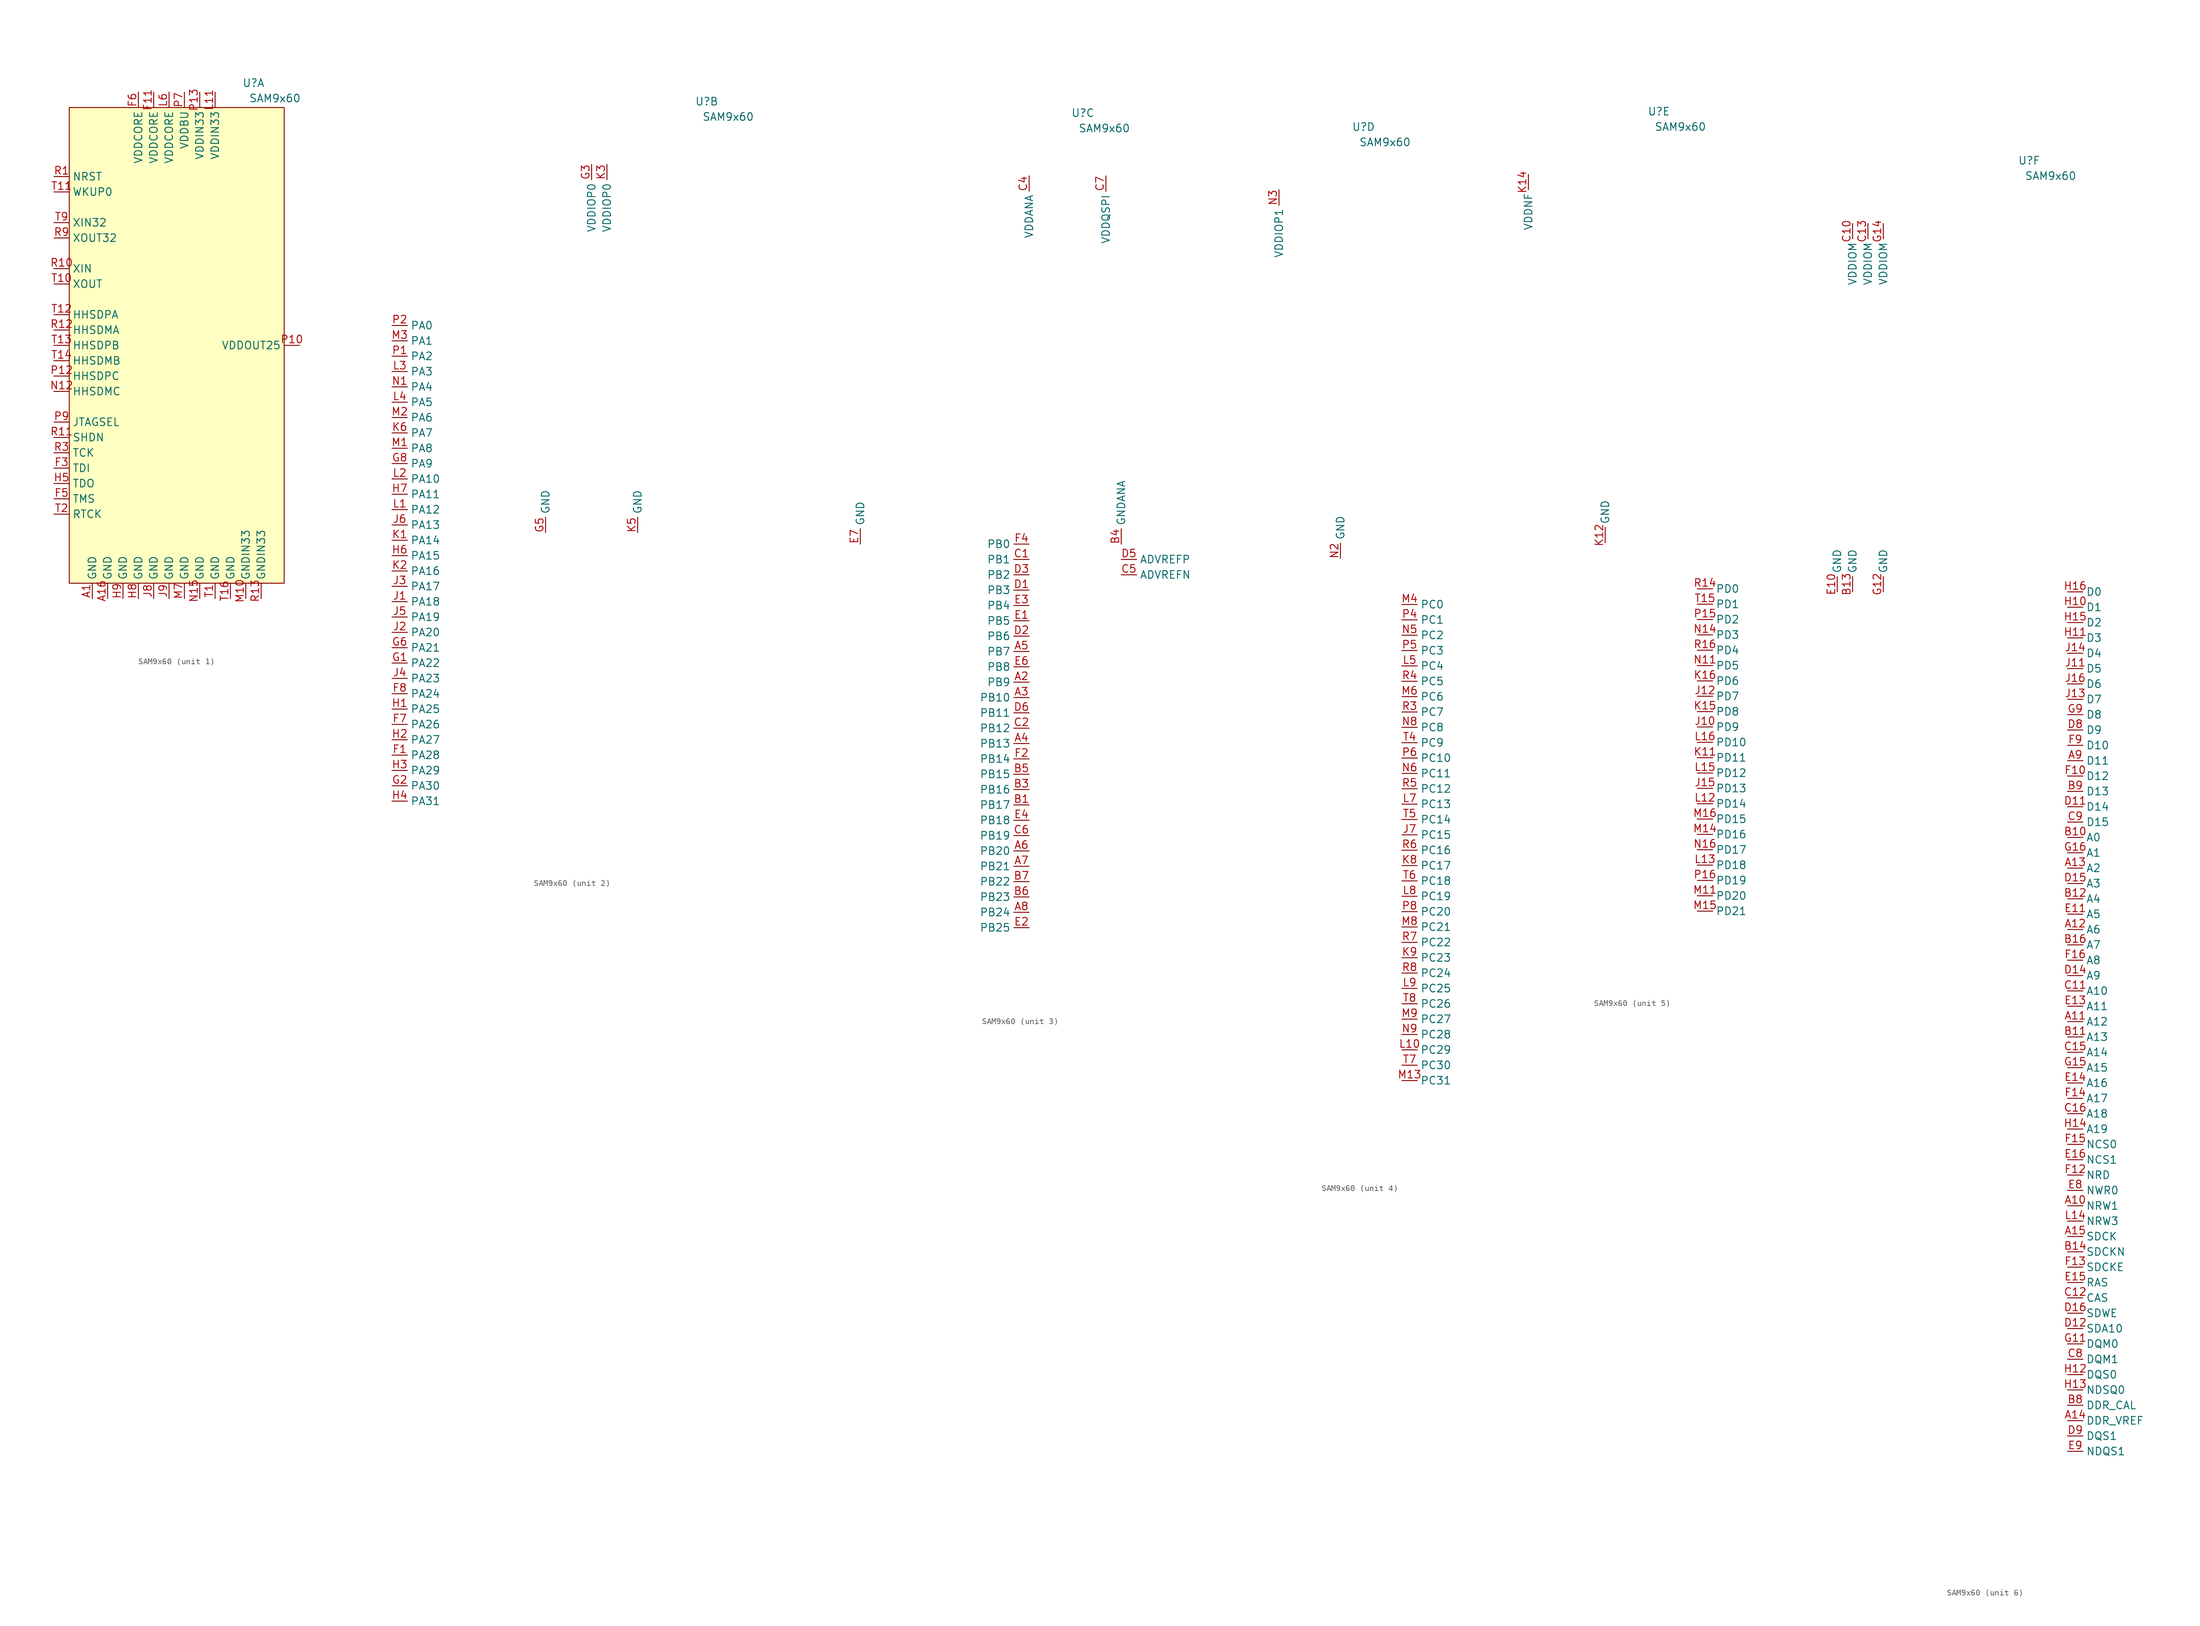
<source format=kicad_sym>
(kicad_symbol_lib
  (version 20231120)
  (generator "kicad_symbol_editor")
  (generator_version "8.0")
  (symbol "SAM9x60"
    (property "Reference" "U"
      (at 12.7 43.434 0)
      (effects (font (size 1.27 1.27))))
    (property "Value" "SAM9x60"
      (at 16.256 40.894 0)
      (effects (font (size 1.27 1.27))))
    (property "ki_locked" ""
      (at 0 0 0)
      (effects (font (size 1.27 1.27))))
    (symbol "SAM9x60_1_0"
      (pin input line (at -20.32 -20.32 0) (length 2.54) (name "TDI" (effects (font (size 1.27 1.27)))) (number "F3" (effects (font (size 1.27 1.27)))))
      (pin input line (at -20.32 -25.4 0) (length 2.54) (name "TMS" (effects (font (size 1.27 1.27)))) (number "F5" (effects (font (size 1.27 1.27)))))
      (pin output line (at -20.32 -22.86 0) (length 2.54) (name "TDO" (effects (font (size 1.27 1.27)))) (number "H5" (effects (font (size 1.27 1.27)))))
      (pin bidirectional line (at -20.32 -7.62 0) (length 2.54) (name "HHSDMC" (effects (font (size 1.27 1.27)))) (number "N12" (effects (font (size 1.27 1.27)))))
      (pin bidirectional line (at -20.32 -5.08 0) (length 2.54) (name "HHSDPC" (effects (font (size 1.27 1.27)))) (number "P12" (effects (font (size 1.27 1.27)))))
      (pin input line (at -20.32 -12.7 0) (length 2.54) (name "JTAGSEL" (effects (font (size 1.27 1.27)))) (number "P9" (effects (font (size 1.27 1.27)))))
      (pin output line (at -20.32 -15.24 0) (length 2.54) (name "SHDN" (effects (font (size 1.27 1.27)))) (number "R11" (effects (font (size 1.27 1.27)))))
      (pin bidirectional line (at -20.32 2.54 0) (length 2.54) (name "HHSDMA" (effects (font (size 1.27 1.27)))) (number "R12" (effects (font (size 1.27 1.27)))))
      (pin input line (at -20.32 -17.78 0) (length 2.54) (name "TCK" (effects (font (size 1.27 1.27)))) (number "R3" (effects (font (size 1.27 1.27)))))
      (pin bidirectional line (at -20.32 0 0) (length 2.54) (name "HHSDPB" (effects (font (size 1.27 1.27)))) (number "T13" (effects (font (size 1.27 1.27)))))
      (pin bidirectional line (at -20.32 -2.54 0) (length 2.54) (name "HHSDMB" (effects (font (size 1.27 1.27)))) (number "T14" (effects (font (size 1.27 1.27)))))
      (pin output line (at -20.32 -27.94 0) (length 2.54) (name "RTCK" (effects (font (size 1.27 1.27)))) (number "T2" (effects (font (size 1.27 1.27))))))
    (symbol "SAM9x60_1_1"
      (rectangle (start -17.78 39.37) (end 17.78 -39.37) (stroke (width 0) (type default)) (fill (type background)))
      (pin power_in line (at -13.97 -41.91 90) (length 2.54) (name "GND" (effects (font (size 1.27 1.27)))) (number "A1" (effects (font (size 1.27 1.27)))))
      (pin power_in line (at -11.43 -41.91 90) (length 2.54) (name "GND" (effects (font (size 1.27 1.27)))) (number "A16" (effects (font (size 1.27 1.27)))))
      (pin power_in line (at -3.81 41.91 270) (length 2.54) (name "VDDCORE" (effects (font (size 1.27 1.27)))) (number "F11" (effects (font (size 1.27 1.27)))))
      (pin power_in line (at -6.35 41.91 270) (length 2.54) (name "VDDCORE" (effects (font (size 1.27 1.27)))) (number "F6" (effects (font (size 1.27 1.27)))))
      (pin power_in line (at -6.35 -41.91 90) (length 2.54) (name "GND" (effects (font (size 1.27 1.27)))) (number "H8" (effects (font (size 1.27 1.27)))))
      (pin power_in line (at -8.89 -41.91 90) (length 2.54) (name "GND" (effects (font (size 1.27 1.27)))) (number "H9" (effects (font (size 1.27 1.27)))))
      (pin power_in line (at -3.81 -41.91 90) (length 2.54) (name "GND" (effects (font (size 1.27 1.27)))) (number "J8" (effects (font (size 1.27 1.27)))))
      (pin power_in line (at -1.27 -41.91 90) (length 2.54) (name "GND" (effects (font (size 1.27 1.27)))) (number "J9" (effects (font (size 1.27 1.27)))))
      (pin power_in line (at 6.35 41.91 270) (length 2.54) (name "VDDIN33" (effects (font (size 1.27 1.27)))) (number "L11" (effects (font (size 1.27 1.27)))))
      (pin power_in line (at -1.27 41.91 270) (length 2.54) (name "VDDCORE" (effects (font (size 1.27 1.27)))) (number "L6" (effects (font (size 1.27 1.27)))))
      (pin power_in line (at 11.43 -41.91 90) (length 2.54) (name "GNDIN33" (effects (font (size 1.27 1.27)))) (number "M10" (effects (font (size 1.27 1.27)))))
      (pin power_in line (at 1.27 -41.91 90) (length 2.54) (name "GND" (effects (font (size 1.27 1.27)))) (number "M7" (effects (font (size 1.27 1.27)))))
      (pin power_in line (at 3.81 -41.91 90) (length 2.54) (name "GND" (effects (font (size 1.27 1.27)))) (number "N15" (effects (font (size 1.27 1.27)))))
      (pin power_out line (at 20.32 0 180) (length 2.54) (name "VDDOUT25" (effects (font (size 1.27 1.27)))) (number "P10" (effects (font (size 1.27 1.27)))))
      (pin power_in line (at 3.81 41.91 270) (length 2.54) (name "VDDIN33" (effects (font (size 1.27 1.27)))) (number "P13" (effects (font (size 1.27 1.27)))))
      (pin power_in line (at 1.27 41.91 270) (length 2.54) (name "VDDBU" (effects (font (size 1.27 1.27)))) (number "P7" (effects (font (size 1.27 1.27)))))
      (pin input line (at -20.32 27.94 0) (length 2.54) (name "NRST" (effects (font (size 1.27 1.27)))) (number "R1" (effects (font (size 1.27 1.27)))))
      (pin input line (at -20.32 12.7 0) (length 2.54) (name "XIN" (effects (font (size 1.27 1.27)))) (number "R10" (effects (font (size 1.27 1.27)))))
      (pin power_in line (at 13.97 -41.91 90) (length 2.54) (name "GNDIN33" (effects (font (size 1.27 1.27)))) (number "R13" (effects (font (size 1.27 1.27)))))
      (pin bidirectional line (at -20.32 17.78 0) (length 2.54) (name "XOUT32" (effects (font (size 1.27 1.27)))) (number "R9" (effects (font (size 1.27 1.27)))))
      (pin power_in line (at 6.35 -41.91 90) (length 2.54) (name "GND" (effects (font (size 1.27 1.27)))) (number "T1" (effects (font (size 1.27 1.27)))))
      (pin bidirectional line (at -20.32 10.16 0) (length 2.54) (name "XOUT" (effects (font (size 1.27 1.27)))) (number "T10" (effects (font (size 1.27 1.27)))))
      (pin input line (at -20.32 25.4 0) (length 2.54) (name "WKUP0" (effects (font (size 1.27 1.27)))) (number "T11" (effects (font (size 1.27 1.27)))))
      (pin bidirectional line (at -20.32 5.08 0) (length 2.54) (name "HHSDPA" (effects (font (size 1.27 1.27)))) (number "T12" (effects (font (size 1.27 1.27)))))
      (pin power_in line (at 8.89 -41.91 90) (length 2.54) (name "GND" (effects (font (size 1.27 1.27)))) (number "T16" (effects (font (size 1.27 1.27)))))
      (pin input line (at -20.32 20.32 0) (length 2.54) (name "XIN32" (effects (font (size 1.27 1.27)))) (number "T9" (effects (font (size 1.27 1.27))))))
    (symbol "SAM9x60_2_0"
      (pin bidirectional line (at -39.37 -64.77 0) (length 2.54) (name "PA28" (effects (font (size 1.27 1.27)))) (number "F1" (effects (font (size 1.27 1.27)))))
      (pin bidirectional line (at -39.37 -59.69 0) (length 2.54) (name "PA26" (effects (font (size 1.27 1.27)))) (number "F7" (effects (font (size 1.27 1.27)))))
      (pin bidirectional line (at -39.37 -54.61 0) (length 2.54) (name "PA24" (effects (font (size 1.27 1.27)))) (number "F8" (effects (font (size 1.27 1.27)))))
      (pin bidirectional line (at -39.37 -49.53 0) (length 2.54) (name "PA22" (effects (font (size 1.27 1.27)))) (number "G1" (effects (font (size 1.27 1.27)))))
      (pin bidirectional line (at -39.37 -69.85 0) (length 2.54) (name "PA30" (effects (font (size 1.27 1.27)))) (number "G2" (effects (font (size 1.27 1.27)))))
      (pin bidirectional line (at -39.37 -46.99 0) (length 2.54) (name "PA21" (effects (font (size 1.27 1.27)))) (number "G6" (effects (font (size 1.27 1.27)))))
      (pin bidirectional line (at -39.37 -16.51 0) (length 2.54) (name "PA9" (effects (font (size 1.27 1.27)))) (number "G8" (effects (font (size 1.27 1.27)))))
      (pin bidirectional line (at -39.37 -57.15 0) (length 2.54) (name "PA25" (effects (font (size 1.27 1.27)))) (number "H1" (effects (font (size 1.27 1.27)))))
      (pin bidirectional line (at -39.37 -62.23 0) (length 2.54) (name "PA27" (effects (font (size 1.27 1.27)))) (number "H2" (effects (font (size 1.27 1.27)))))
      (pin bidirectional line (at -39.37 -67.31 0) (length 2.54) (name "PA29" (effects (font (size 1.27 1.27)))) (number "H3" (effects (font (size 1.27 1.27)))))
      (pin bidirectional line (at -39.37 -72.39 0) (length 2.54) (name "PA31" (effects (font (size 1.27 1.27)))) (number "H4" (effects (font (size 1.27 1.27)))))
      (pin bidirectional line (at -39.37 -31.75 0) (length 2.54) (name "PA15" (effects (font (size 1.27 1.27)))) (number "H6" (effects (font (size 1.27 1.27)))))
      (pin bidirectional line (at -39.37 -21.59 0) (length 2.54) (name "PA11" (effects (font (size 1.27 1.27)))) (number "H7" (effects (font (size 1.27 1.27)))))
      (pin bidirectional line (at -39.37 -39.37 0) (length 2.54) (name "PA18" (effects (font (size 1.27 1.27)))) (number "J1" (effects (font (size 1.27 1.27)))))
      (pin bidirectional line (at -39.37 -44.45 0) (length 2.54) (name "PA20" (effects (font (size 1.27 1.27)))) (number "J2" (effects (font (size 1.27 1.27)))))
      (pin bidirectional line (at -39.37 -36.83 0) (length 2.54) (name "PA17" (effects (font (size 1.27 1.27)))) (number "J3" (effects (font (size 1.27 1.27)))))
      (pin bidirectional line (at -39.37 -52.07 0) (length 2.54) (name "PA23" (effects (font (size 1.27 1.27)))) (number "J4" (effects (font (size 1.27 1.27)))))
      (pin bidirectional line (at -39.37 -41.91 0) (length 2.54) (name "PA19" (effects (font (size 1.27 1.27)))) (number "J5" (effects (font (size 1.27 1.27)))))
      (pin bidirectional line (at -39.37 -26.67 0) (length 2.54) (name "PA13" (effects (font (size 1.27 1.27)))) (number "J6" (effects (font (size 1.27 1.27)))))
      (pin bidirectional line (at -39.37 -29.21 0) (length 2.54) (name "PA14" (effects (font (size 1.27 1.27)))) (number "K1" (effects (font (size 1.27 1.27)))))
      (pin bidirectional line (at -39.37 -34.29 0) (length 2.54) (name "PA16" (effects (font (size 1.27 1.27)))) (number "K2" (effects (font (size 1.27 1.27)))))
      (pin bidirectional line (at -39.37 -11.43 0) (length 2.54) (name "PA7" (effects (font (size 1.27 1.27)))) (number "K6" (effects (font (size 1.27 1.27)))))
      (pin bidirectional line (at -39.37 -24.13 0) (length 2.54) (name "PA12" (effects (font (size 1.27 1.27)))) (number "L1" (effects (font (size 1.27 1.27)))))
      (pin bidirectional line (at -39.37 -19.05 0) (length 2.54) (name "PA10" (effects (font (size 1.27 1.27)))) (number "L2" (effects (font (size 1.27 1.27)))))
      (pin bidirectional line (at -39.37 -1.27 0) (length 2.54) (name "PA3" (effects (font (size 1.27 1.27)))) (number "L3" (effects (font (size 1.27 1.27)))))
      (pin bidirectional line (at -39.37 -6.35 0) (length 2.54) (name "PA5" (effects (font (size 1.27 1.27)))) (number "L4" (effects (font (size 1.27 1.27)))))
      (pin bidirectional line (at -39.37 -13.97 0) (length 2.54) (name "PA8" (effects (font (size 1.27 1.27)))) (number "M1" (effects (font (size 1.27 1.27)))))
      (pin bidirectional line (at -39.37 -8.89 0) (length 2.54) (name "PA6" (effects (font (size 1.27 1.27)))) (number "M2" (effects (font (size 1.27 1.27)))))
      (pin bidirectional line (at -39.37 3.81 0) (length 2.54) (name "PA1" (effects (font (size 1.27 1.27)))) (number "M3" (effects (font (size 1.27 1.27)))))
      (pin bidirectional line (at -39.37 -3.81 0) (length 2.54) (name "PA4" (effects (font (size 1.27 1.27)))) (number "N1" (effects (font (size 1.27 1.27)))))
      (pin bidirectional line (at -39.37 1.27 0) (length 2.54) (name "PA2" (effects (font (size 1.27 1.27)))) (number "P1" (effects (font (size 1.27 1.27)))))
      (pin bidirectional line (at -39.37 6.35 0) (length 2.54) (name "PA0" (effects (font (size 1.27 1.27)))) (number "P2" (effects (font (size 1.27 1.27))))))
    (symbol "SAM9x60_2_1"
      (pin power_in line (at -6.35 33.02 270) (length 2.54) (name "VDDIOP0" (effects (font (size 1.27 1.27)))) (number "G3" (effects (font (size 1.27 1.27)))))
      (pin power_in line (at -13.97 -27.94 90) (length 2.54) (name "GND" (effects (font (size 1.27 1.27)))) (number "G5" (effects (font (size 1.27 1.27)))))
      (pin power_in line (at -3.81 33.02 270) (length 2.54) (name "VDDIOP0" (effects (font (size 1.27 1.27)))) (number "K3" (effects (font (size 1.27 1.27)))))
      (pin power_in line (at 1.27 -27.94 90) (length 2.54) (name "GND" (effects (font (size 1.27 1.27)))) (number "K5" (effects (font (size 1.27 1.27))))))
    (symbol "SAM9x60_3_0"
      (pin bidirectional line (at 3.81 -50.8 180) (length 2.54) (name "PB9" (effects (font (size 1.27 1.27)))) (number "A2" (effects (font (size 1.27 1.27)))))
      (pin bidirectional line (at 3.81 -53.34 180) (length 2.54) (name "PB10" (effects (font (size 1.27 1.27)))) (number "A3" (effects (font (size 1.27 1.27)))))
      (pin bidirectional line (at 3.81 -60.96 180) (length 2.54) (name "PB13" (effects (font (size 1.27 1.27)))) (number "A4" (effects (font (size 1.27 1.27)))))
      (pin bidirectional line (at 3.81 -45.72 180) (length 2.54) (name "PB7" (effects (font (size 1.27 1.27)))) (number "A5" (effects (font (size 1.27 1.27)))))
      (pin bidirectional line (at 3.81 -78.74 180) (length 2.54) (name "PB20" (effects (font (size 1.27 1.27)))) (number "A6" (effects (font (size 1.27 1.27)))))
      (pin bidirectional line (at 3.81 -81.28 180) (length 2.54) (name "PB21" (effects (font (size 1.27 1.27)))) (number "A7" (effects (font (size 1.27 1.27)))))
      (pin bidirectional line (at 3.81 -88.9 180) (length 2.54) (name "PB24" (effects (font (size 1.27 1.27)))) (number "A8" (effects (font (size 1.27 1.27)))))
      (pin bidirectional line (at 3.81 -71.12 180) (length 2.54) (name "PB17" (effects (font (size 1.27 1.27)))) (number "B1" (effects (font (size 1.27 1.27)))))
      (pin bidirectional line (at 3.81 -68.58 180) (length 2.54) (name "PB16" (effects (font (size 1.27 1.27)))) (number "B3" (effects (font (size 1.27 1.27)))))
      (pin bidirectional line (at 3.81 -66.04 180) (length 2.54) (name "PB15" (effects (font (size 1.27 1.27)))) (number "B5" (effects (font (size 1.27 1.27)))))
      (pin bidirectional line (at 3.81 -86.36 180) (length 2.54) (name "PB23" (effects (font (size 1.27 1.27)))) (number "B6" (effects (font (size 1.27 1.27)))))
      (pin bidirectional line (at 3.81 -83.82 180) (length 2.54) (name "PB22" (effects (font (size 1.27 1.27)))) (number "B7" (effects (font (size 1.27 1.27)))))
      (pin bidirectional line (at 3.81 -30.48 180) (length 2.54) (name "PB1" (effects (font (size 1.27 1.27)))) (number "C1" (effects (font (size 1.27 1.27)))))
      (pin bidirectional line (at 3.81 -58.42 180) (length 2.54) (name "PB12" (effects (font (size 1.27 1.27)))) (number "C2" (effects (font (size 1.27 1.27)))))
      (pin bidirectional line (at 19.05 -33.02 0) (length 2.54) (name "ADVREFN" (effects (font (size 1.27 1.27)))) (number "C5" (effects (font (size 1.27 1.27)))))
      (pin bidirectional line (at 3.81 -76.2 180) (length 2.54) (name "PB19" (effects (font (size 1.27 1.27)))) (number "C6" (effects (font (size 1.27 1.27)))))
      (pin bidirectional line (at 3.81 -35.56 180) (length 2.54) (name "PB3" (effects (font (size 1.27 1.27)))) (number "D1" (effects (font (size 1.27 1.27)))))
      (pin bidirectional line (at 3.81 -43.18 180) (length 2.54) (name "PB6" (effects (font (size 1.27 1.27)))) (number "D2" (effects (font (size 1.27 1.27)))))
      (pin bidirectional line (at 3.81 -33.02 180) (length 2.54) (name "PB2" (effects (font (size 1.27 1.27)))) (number "D3" (effects (font (size 1.27 1.27)))))
      (pin bidirectional line (at 19.05 -30.48 0) (length 2.54) (name "ADVREFP" (effects (font (size 1.27 1.27)))) (number "D5" (effects (font (size 1.27 1.27)))))
      (pin bidirectional line (at 3.81 -55.88 180) (length 2.54) (name "PB11" (effects (font (size 1.27 1.27)))) (number "D6" (effects (font (size 1.27 1.27)))))
      (pin bidirectional line (at 3.81 -40.64 180) (length 2.54) (name "PB5" (effects (font (size 1.27 1.27)))) (number "E1" (effects (font (size 1.27 1.27)))))
      (pin bidirectional line (at 3.81 -91.44 180) (length 2.54) (name "PB25" (effects (font (size 1.27 1.27)))) (number "E2" (effects (font (size 1.27 1.27)))))
      (pin bidirectional line (at 3.81 -38.1 180) (length 2.54) (name "PB4" (effects (font (size 1.27 1.27)))) (number "E3" (effects (font (size 1.27 1.27)))))
      (pin bidirectional line (at 3.81 -73.66 180) (length 2.54) (name "PB18" (effects (font (size 1.27 1.27)))) (number "E4" (effects (font (size 1.27 1.27)))))
      (pin bidirectional line (at 3.81 -48.26 180) (length 2.54) (name "PB8" (effects (font (size 1.27 1.27)))) (number "E6" (effects (font (size 1.27 1.27)))))
      (pin bidirectional line (at 3.81 -63.5 180) (length 2.54) (name "PB14" (effects (font (size 1.27 1.27)))) (number "F2" (effects (font (size 1.27 1.27)))))
      (pin bidirectional line (at 3.81 -27.94 180) (length 2.54) (name "PB0" (effects (font (size 1.27 1.27)))) (number "F4" (effects (font (size 1.27 1.27))))))
    (symbol "SAM9x60_3_1"
      (pin power_in line (at 19.05 -27.94 90) (length 2.54) (name "GNDANA" (effects (font (size 1.27 1.27)))) (number "B4" (effects (font (size 1.27 1.27)))))
      (pin power_in line (at 3.81 33.02 270) (length 2.54) (name "VDDANA" (effects (font (size 1.27 1.27)))) (number "C4" (effects (font (size 1.27 1.27)))))
      (pin power_in line (at 16.51 33.02 270) (length 2.54) (name "VDDQSPI" (effects (font (size 1.27 1.27)))) (number "C7" (effects (font (size 1.27 1.27)))))
      (pin power_in line (at -24.13 -27.94 90) (length 2.54) (name "GND" (effects (font (size 1.27 1.27)))) (number "E7" (effects (font (size 1.27 1.27))))))
    (symbol "SAM9x60_4_0"
      (pin bidirectional line (at 19.05 -73.66 0) (length 2.54) (name "PC15" (effects (font (size 1.27 1.27)))) (number "J7" (effects (font (size 1.27 1.27)))))
      (pin bidirectional line (at 19.05 -78.74 0) (length 2.54) (name "PC17" (effects (font (size 1.27 1.27)))) (number "K8" (effects (font (size 1.27 1.27)))))
      (pin bidirectional line (at 19.05 -93.98 0) (length 2.54) (name "PC23" (effects (font (size 1.27 1.27)))) (number "K9" (effects (font (size 1.27 1.27)))))
      (pin bidirectional line (at 19.05 -109.22 0) (length 2.54) (name "PC29" (effects (font (size 1.27 1.27)))) (number "L10" (effects (font (size 1.27 1.27)))))
      (pin bidirectional line (at 19.05 -45.72 0) (length 2.54) (name "PC4" (effects (font (size 1.27 1.27)))) (number "L5" (effects (font (size 1.27 1.27)))))
      (pin bidirectional line (at 19.05 -68.58 0) (length 2.54) (name "PC13" (effects (font (size 1.27 1.27)))) (number "L7" (effects (font (size 1.27 1.27)))))
      (pin bidirectional line (at 19.05 -83.82 0) (length 2.54) (name "PC19" (effects (font (size 1.27 1.27)))) (number "L8" (effects (font (size 1.27 1.27)))))
      (pin bidirectional line (at 19.05 -99.06 0) (length 2.54) (name "PC25" (effects (font (size 1.27 1.27)))) (number "L9" (effects (font (size 1.27 1.27)))))
      (pin bidirectional line (at 19.05 -114.3 0) (length 2.54) (name "PC31" (effects (font (size 1.27 1.27)))) (number "M13" (effects (font (size 1.27 1.27)))))
      (pin bidirectional line (at 19.05 -35.56 0) (length 2.54) (name "PC0" (effects (font (size 1.27 1.27)))) (number "M4" (effects (font (size 1.27 1.27)))))
      (pin bidirectional line (at 19.05 -50.8 0) (length 2.54) (name "PC6" (effects (font (size 1.27 1.27)))) (number "M6" (effects (font (size 1.27 1.27)))))
      (pin bidirectional line (at 19.05 -88.9 0) (length 2.54) (name "PC21" (effects (font (size 1.27 1.27)))) (number "M8" (effects (font (size 1.27 1.27)))))
      (pin bidirectional line (at 19.05 -104.14 0) (length 2.54) (name "PC27" (effects (font (size 1.27 1.27)))) (number "M9" (effects (font (size 1.27 1.27)))))
      (pin bidirectional line (at 19.05 -40.64 0) (length 2.54) (name "PC2" (effects (font (size 1.27 1.27)))) (number "N5" (effects (font (size 1.27 1.27)))))
      (pin bidirectional line (at 19.05 -63.5 0) (length 2.54) (name "PC11" (effects (font (size 1.27 1.27)))) (number "N6" (effects (font (size 1.27 1.27)))))
      (pin bidirectional line (at 19.05 -55.88 0) (length 2.54) (name "PC8" (effects (font (size 1.27 1.27)))) (number "N8" (effects (font (size 1.27 1.27)))))
      (pin bidirectional line (at 19.05 -106.68 0) (length 2.54) (name "PC28" (effects (font (size 1.27 1.27)))) (number "N9" (effects (font (size 1.27 1.27)))))
      (pin bidirectional line (at 19.05 -38.1 0) (length 2.54) (name "PC1" (effects (font (size 1.27 1.27)))) (number "P4" (effects (font (size 1.27 1.27)))))
      (pin bidirectional line (at 19.05 -43.18 0) (length 2.54) (name "PC3" (effects (font (size 1.27 1.27)))) (number "P5" (effects (font (size 1.27 1.27)))))
      (pin bidirectional line (at 19.05 -60.96 0) (length 2.54) (name "PC10" (effects (font (size 1.27 1.27)))) (number "P6" (effects (font (size 1.27 1.27)))))
      (pin bidirectional line (at 19.05 -86.36 0) (length 2.54) (name "PC20" (effects (font (size 1.27 1.27)))) (number "P8" (effects (font (size 1.27 1.27)))))
      (pin bidirectional line (at 19.05 -53.34 0) (length 2.54) (name "PC7" (effects (font (size 1.27 1.27)))) (number "R3" (effects (font (size 1.27 1.27)))))
      (pin bidirectional line (at 19.05 -48.26 0) (length 2.54) (name "PC5" (effects (font (size 1.27 1.27)))) (number "R4" (effects (font (size 1.27 1.27)))))
      (pin bidirectional line (at 19.05 -66.04 0) (length 2.54) (name "PC12" (effects (font (size 1.27 1.27)))) (number "R5" (effects (font (size 1.27 1.27)))))
      (pin bidirectional line (at 19.05 -76.2 0) (length 2.54) (name "PC16" (effects (font (size 1.27 1.27)))) (number "R6" (effects (font (size 1.27 1.27)))))
      (pin bidirectional line (at 19.05 -91.44 0) (length 2.54) (name "PC22" (effects (font (size 1.27 1.27)))) (number "R7" (effects (font (size 1.27 1.27)))))
      (pin bidirectional line (at 19.05 -96.52 0) (length 2.54) (name "PC24" (effects (font (size 1.27 1.27)))) (number "R8" (effects (font (size 1.27 1.27)))))
      (pin bidirectional line (at 19.05 -58.42 0) (length 2.54) (name "PC9" (effects (font (size 1.27 1.27)))) (number "T4" (effects (font (size 1.27 1.27)))))
      (pin bidirectional line (at 19.05 -71.12 0) (length 2.54) (name "PC14" (effects (font (size 1.27 1.27)))) (number "T5" (effects (font (size 1.27 1.27)))))
      (pin bidirectional line (at 19.05 -81.28 0) (length 2.54) (name "PC18" (effects (font (size 1.27 1.27)))) (number "T6" (effects (font (size 1.27 1.27)))))
      (pin bidirectional line (at 19.05 -111.76 0) (length 2.54) (name "PC30" (effects (font (size 1.27 1.27)))) (number "T7" (effects (font (size 1.27 1.27)))))
      (pin bidirectional line (at 19.05 -101.6 0) (length 2.54) (name "PC26" (effects (font (size 1.27 1.27)))) (number "T8" (effects (font (size 1.27 1.27))))))
    (symbol "SAM9x60_4_1"
      (pin power_in line (at 8.89 -27.94 90) (length 2.54) (name "GND" (effects (font (size 1.27 1.27)))) (number "N2" (effects (font (size 1.27 1.27)))))
      (pin power_in line (at -1.27 33.02 270) (length 2.54) (name "VDDIOP1" (effects (font (size 1.27 1.27)))) (number "N3" (effects (font (size 1.27 1.27))))))
    (symbol "SAM9x60_5_0"
      (pin bidirectional line (at 19.05 -58.42 0) (length 2.54) (name "PD9" (effects (font (size 1.27 1.27)))) (number "J10" (effects (font (size 1.27 1.27)))))
      (pin bidirectional line (at 19.05 -53.34 0) (length 2.54) (name "PD7" (effects (font (size 1.27 1.27)))) (number "J12" (effects (font (size 1.27 1.27)))))
      (pin bidirectional line (at 19.05 -68.58 0) (length 2.54) (name "PD13" (effects (font (size 1.27 1.27)))) (number "J15" (effects (font (size 1.27 1.27)))))
      (pin bidirectional line (at 19.05 -63.5 0) (length 2.54) (name "PD11" (effects (font (size 1.27 1.27)))) (number "K11" (effects (font (size 1.27 1.27)))))
      (pin bidirectional line (at 19.05 -55.88 0) (length 2.54) (name "PD8" (effects (font (size 1.27 1.27)))) (number "K15" (effects (font (size 1.27 1.27)))))
      (pin bidirectional line (at 19.05 -50.8 0) (length 2.54) (name "PD6" (effects (font (size 1.27 1.27)))) (number "K16" (effects (font (size 1.27 1.27)))))
      (pin bidirectional line (at 19.05 -71.12 0) (length 2.54) (name "PD14" (effects (font (size 1.27 1.27)))) (number "L12" (effects (font (size 1.27 1.27)))))
      (pin bidirectional line (at 19.05 -81.28 0) (length 2.54) (name "PD18" (effects (font (size 1.27 1.27)))) (number "L13" (effects (font (size 1.27 1.27)))))
      (pin bidirectional line (at 19.05 -66.04 0) (length 2.54) (name "PD12" (effects (font (size 1.27 1.27)))) (number "L15" (effects (font (size 1.27 1.27)))))
      (pin bidirectional line (at 19.05 -60.96 0) (length 2.54) (name "PD10" (effects (font (size 1.27 1.27)))) (number "L16" (effects (font (size 1.27 1.27)))))
      (pin bidirectional line (at 19.05 -86.36 0) (length 2.54) (name "PD20" (effects (font (size 1.27 1.27)))) (number "M11" (effects (font (size 1.27 1.27)))))
      (pin bidirectional line (at 19.05 -76.2 0) (length 2.54) (name "PD16" (effects (font (size 1.27 1.27)))) (number "M14" (effects (font (size 1.27 1.27)))))
      (pin bidirectional line (at 19.05 -88.9 0) (length 2.54) (name "PD21" (effects (font (size 1.27 1.27)))) (number "M15" (effects (font (size 1.27 1.27)))))
      (pin bidirectional line (at 19.05 -73.66 0) (length 2.54) (name "PD15" (effects (font (size 1.27 1.27)))) (number "M16" (effects (font (size 1.27 1.27)))))
      (pin bidirectional line (at 19.05 -48.26 0) (length 2.54) (name "PD5" (effects (font (size 1.27 1.27)))) (number "N11" (effects (font (size 1.27 1.27)))))
      (pin bidirectional line (at 19.05 -43.18 0) (length 2.54) (name "PD3" (effects (font (size 1.27 1.27)))) (number "N14" (effects (font (size 1.27 1.27)))))
      (pin bidirectional line (at 19.05 -78.74 0) (length 2.54) (name "PD17" (effects (font (size 1.27 1.27)))) (number "N16" (effects (font (size 1.27 1.27)))))
      (pin bidirectional line (at 19.05 -40.64 0) (length 2.54) (name "PD2" (effects (font (size 1.27 1.27)))) (number "P15" (effects (font (size 1.27 1.27)))))
      (pin bidirectional line (at 19.05 -83.82 0) (length 2.54) (name "PD19" (effects (font (size 1.27 1.27)))) (number "P16" (effects (font (size 1.27 1.27)))))
      (pin bidirectional line (at 19.05 -35.56 0) (length 2.54) (name "PD0" (effects (font (size 1.27 1.27)))) (number "R14" (effects (font (size 1.27 1.27)))))
      (pin bidirectional line (at 19.05 -45.72 0) (length 2.54) (name "PD4" (effects (font (size 1.27 1.27)))) (number "R16" (effects (font (size 1.27 1.27)))))
      (pin bidirectional line (at 19.05 -38.1 0) (length 2.54) (name "PD1" (effects (font (size 1.27 1.27)))) (number "T15" (effects (font (size 1.27 1.27))))))
    (symbol "SAM9x60_5_1"
      (pin power_in line (at 3.81 -27.94 90) (length 2.54) (name "GND" (effects (font (size 1.27 1.27)))) (number "K12" (effects (font (size 1.27 1.27)))))
      (pin power_in line (at -8.89 33.02 270) (length 2.54) (name "VDDNF" (effects (font (size 1.27 1.27)))) (number "K14" (effects (font (size 1.27 1.27))))))
    (symbol "SAM9x60_6_0"
      (pin bidirectional line (at 19.05 -129.54 0) (length 2.54) (name "NRW1" (effects (font (size 1.27 1.27)))) (number "A10" (effects (font (size 1.27 1.27)))))
      (pin bidirectional line (at 19.05 -99.06 0) (length 2.54) (name "A12" (effects (font (size 1.27 1.27)))) (number "A11" (effects (font (size 1.27 1.27)))))
      (pin bidirectional line (at 19.05 -83.82 0) (length 2.54) (name "A6" (effects (font (size 1.27 1.27)))) (number "A12" (effects (font (size 1.27 1.27)))))
      (pin bidirectional line (at 19.05 -73.66 0) (length 2.54) (name "A2" (effects (font (size 1.27 1.27)))) (number "A13" (effects (font (size 1.27 1.27)))))
      (pin bidirectional line (at 19.05 -165.1 0) (length 2.54) (name "DDR_VREF" (effects (font (size 1.27 1.27)))) (number "A14" (effects (font (size 1.27 1.27)))))
      (pin bidirectional line (at 19.05 -134.62 0) (length 2.54) (name "SDCK" (effects (font (size 1.27 1.27)))) (number "A15" (effects (font (size 1.27 1.27)))))
      (pin bidirectional line (at 19.05 -55.88 0) (length 2.54) (name "D11" (effects (font (size 1.27 1.27)))) (number "A9" (effects (font (size 1.27 1.27)))))
      (pin bidirectional line (at 19.05 -68.58 0) (length 2.54) (name "A0" (effects (font (size 1.27 1.27)))) (number "B10" (effects (font (size 1.27 1.27)))))
      (pin bidirectional line (at 19.05 -101.6 0) (length 2.54) (name "A13" (effects (font (size 1.27 1.27)))) (number "B11" (effects (font (size 1.27 1.27)))))
      (pin bidirectional line (at 19.05 -78.74 0) (length 2.54) (name "A4" (effects (font (size 1.27 1.27)))) (number "B12" (effects (font (size 1.27 1.27)))))
      (pin bidirectional line (at 19.05 -137.16 0) (length 2.54) (name "SDCKN" (effects (font (size 1.27 1.27)))) (number "B14" (effects (font (size 1.27 1.27)))))
      (pin bidirectional line (at 19.05 -86.36 0) (length 2.54) (name "A7" (effects (font (size 1.27 1.27)))) (number "B16" (effects (font (size 1.27 1.27)))))
      (pin bidirectional line (at 19.05 -162.56 0) (length 2.54) (name "DDR_CAL" (effects (font (size 1.27 1.27)))) (number "B8" (effects (font (size 1.27 1.27)))))
      (pin bidirectional line (at 19.05 -60.96 0) (length 2.54) (name "D13" (effects (font (size 1.27 1.27)))) (number "B9" (effects (font (size 1.27 1.27)))))
      (pin bidirectional line (at 19.05 -93.98 0) (length 2.54) (name "A10" (effects (font (size 1.27 1.27)))) (number "C11" (effects (font (size 1.27 1.27)))))
      (pin bidirectional line (at 19.05 -144.78 0) (length 2.54) (name "CAS" (effects (font (size 1.27 1.27)))) (number "C12" (effects (font (size 1.27 1.27)))))
      (pin bidirectional line (at 19.05 -104.14 0) (length 2.54) (name "A14" (effects (font (size 1.27 1.27)))) (number "C15" (effects (font (size 1.27 1.27)))))
      (pin bidirectional line (at 19.05 -114.3 0) (length 2.54) (name "A18" (effects (font (size 1.27 1.27)))) (number "C16" (effects (font (size 1.27 1.27)))))
      (pin bidirectional line (at 19.05 -154.94 0) (length 2.54) (name "DQM1" (effects (font (size 1.27 1.27)))) (number "C8" (effects (font (size 1.27 1.27)))))
      (pin bidirectional line (at 19.05 -66.04 0) (length 2.54) (name "D15" (effects (font (size 1.27 1.27)))) (number "C9" (effects (font (size 1.27 1.27)))))
      (pin bidirectional line (at 19.05 -63.5 0) (length 2.54) (name "D14" (effects (font (size 1.27 1.27)))) (number "D11" (effects (font (size 1.27 1.27)))))
      (pin bidirectional line (at 19.05 -149.86 0) (length 2.54) (name "SDA10" (effects (font (size 1.27 1.27)))) (number "D12" (effects (font (size 1.27 1.27)))))
      (pin bidirectional line (at 19.05 -91.44 0) (length 2.54) (name "A9" (effects (font (size 1.27 1.27)))) (number "D14" (effects (font (size 1.27 1.27)))))
      (pin bidirectional line (at 19.05 -76.2 0) (length 2.54) (name "A3" (effects (font (size 1.27 1.27)))) (number "D15" (effects (font (size 1.27 1.27)))))
      (pin bidirectional line (at 19.05 -147.32 0) (length 2.54) (name "SDWE" (effects (font (size 1.27 1.27)))) (number "D16" (effects (font (size 1.27 1.27)))))
      (pin bidirectional line (at 19.05 -50.8 0) (length 2.54) (name "D9" (effects (font (size 1.27 1.27)))) (number "D8" (effects (font (size 1.27 1.27)))))
      (pin bidirectional line (at 19.05 -167.64 0) (length 2.54) (name "DQS1" (effects (font (size 1.27 1.27)))) (number "D9" (effects (font (size 1.27 1.27)))))
      (pin bidirectional line (at 19.05 -81.28 0) (length 2.54) (name "A5" (effects (font (size 1.27 1.27)))) (number "E11" (effects (font (size 1.27 1.27)))))
      (pin bidirectional line (at 19.05 -96.52 0) (length 2.54) (name "A11" (effects (font (size 1.27 1.27)))) (number "E13" (effects (font (size 1.27 1.27)))))
      (pin bidirectional line (at 19.05 -109.22 0) (length 2.54) (name "A16" (effects (font (size 1.27 1.27)))) (number "E14" (effects (font (size 1.27 1.27)))))
      (pin bidirectional line (at 19.05 -142.24 0) (length 2.54) (name "RAS" (effects (font (size 1.27 1.27)))) (number "E15" (effects (font (size 1.27 1.27)))))
      (pin bidirectional line (at 19.05 -121.92 0) (length 2.54) (name "NCS1" (effects (font (size 1.27 1.27)))) (number "E16" (effects (font (size 1.27 1.27)))))
      (pin bidirectional line (at 19.05 -127 0) (length 2.54) (name "NWR0" (effects (font (size 1.27 1.27)))) (number "E8" (effects (font (size 1.27 1.27)))))
      (pin bidirectional line (at 19.05 -170.18 0) (length 2.54) (name "NDQS1" (effects (font (size 1.27 1.27)))) (number "E9" (effects (font (size 1.27 1.27)))))
      (pin bidirectional line (at 19.05 -58.42 0) (length 2.54) (name "D12" (effects (font (size 1.27 1.27)))) (number "F10" (effects (font (size 1.27 1.27)))))
      (pin bidirectional line (at 19.05 -124.46 0) (length 2.54) (name "NRD" (effects (font (size 1.27 1.27)))) (number "F12" (effects (font (size 1.27 1.27)))))
      (pin bidirectional line (at 19.05 -139.7 0) (length 2.54) (name "SDCKE" (effects (font (size 1.27 1.27)))) (number "F13" (effects (font (size 1.27 1.27)))))
      (pin bidirectional line (at 19.05 -111.76 0) (length 2.54) (name "A17" (effects (font (size 1.27 1.27)))) (number "F14" (effects (font (size 1.27 1.27)))))
      (pin bidirectional line (at 19.05 -119.38 0) (length 2.54) (name "NCS0" (effects (font (size 1.27 1.27)))) (number "F15" (effects (font (size 1.27 1.27)))))
      (pin bidirectional line (at 19.05 -88.9 0) (length 2.54) (name "A8" (effects (font (size 1.27 1.27)))) (number "F16" (effects (font (size 1.27 1.27)))))
      (pin bidirectional line (at 19.05 -53.34 0) (length 2.54) (name "D10" (effects (font (size 1.27 1.27)))) (number "F9" (effects (font (size 1.27 1.27)))))
      (pin bidirectional line (at 19.05 -152.4 0) (length 2.54) (name "DQM0" (effects (font (size 1.27 1.27)))) (number "G11" (effects (font (size 1.27 1.27)))))
      (pin bidirectional line (at 19.05 -106.68 0) (length 2.54) (name "A15" (effects (font (size 1.27 1.27)))) (number "G15" (effects (font (size 1.27 1.27)))))
      (pin bidirectional line (at 19.05 -71.12 0) (length 2.54) (name "A1" (effects (font (size 1.27 1.27)))) (number "G16" (effects (font (size 1.27 1.27)))))
      (pin bidirectional line (at 19.05 -48.26 0) (length 2.54) (name "D8" (effects (font (size 1.27 1.27)))) (number "G9" (effects (font (size 1.27 1.27)))))
      (pin bidirectional line (at 19.05 -30.48 0) (length 2.54) (name "D1" (effects (font (size 1.27 1.27)))) (number "H10" (effects (font (size 1.27 1.27)))))
      (pin bidirectional line (at 19.05 -35.56 0) (length 2.54) (name "D3" (effects (font (size 1.27 1.27)))) (number "H11" (effects (font (size 1.27 1.27)))))
      (pin bidirectional line (at 19.05 -157.48 0) (length 2.54) (name "DQS0" (effects (font (size 1.27 1.27)))) (number "H12" (effects (font (size 1.27 1.27)))))
      (pin bidirectional line (at 19.05 -160.02 0) (length 2.54) (name "NDSQ0" (effects (font (size 1.27 1.27)))) (number "H13" (effects (font (size 1.27 1.27)))))
      (pin bidirectional line (at 19.05 -116.84 0) (length 2.54) (name "A19" (effects (font (size 1.27 1.27)))) (number "H14" (effects (font (size 1.27 1.27)))))
      (pin bidirectional line (at 19.05 -33.02 0) (length 2.54) (name "D2" (effects (font (size 1.27 1.27)))) (number "H15" (effects (font (size 1.27 1.27)))))
      (pin bidirectional line (at 19.05 -40.64 0) (length 2.54) (name "D5" (effects (font (size 1.27 1.27)))) (number "J11" (effects (font (size 1.27 1.27)))))
      (pin bidirectional line (at 19.05 -45.72 0) (length 2.54) (name "D7" (effects (font (size 1.27 1.27)))) (number "J13" (effects (font (size 1.27 1.27)))))
      (pin bidirectional line (at 19.05 -38.1 0) (length 2.54) (name "D4" (effects (font (size 1.27 1.27)))) (number "J14" (effects (font (size 1.27 1.27)))))
      (pin bidirectional line (at 19.05 -43.18 0) (length 2.54) (name "D6" (effects (font (size 1.27 1.27)))) (number "J16" (effects (font (size 1.27 1.27)))))
      (pin bidirectional line (at 19.05 -132.08 0) (length 2.54) (name "NRW3" (effects (font (size 1.27 1.27)))) (number "L14" (effects (font (size 1.27 1.27))))))
    (symbol "SAM9x60_6_1"
      (pin power_in line (at -16.51 -27.94 90) (length 2.54) (name "GND" (effects (font (size 1.27 1.27)))) (number "B13" (effects (font (size 1.27 1.27)))))
      (pin power_in line (at -16.51 33.02 270) (length 2.54) (name "VDDIOM" (effects (font (size 1.27 1.27)))) (number "C10" (effects (font (size 1.27 1.27)))))
      (pin power_in line (at -13.97 33.02 270) (length 2.54) (name "VDDIOM" (effects (font (size 1.27 1.27)))) (number "C13" (effects (font (size 1.27 1.27)))))
      (pin power_in line (at -19.05 -27.94 90) (length 2.54) (name "GND" (effects (font (size 1.27 1.27)))) (number "E10" (effects (font (size 1.27 1.27)))))
      (pin power_in line (at -11.43 -27.94 90) (length 2.54) (name "GND" (effects (font (size 1.27 1.27)))) (number "G12" (effects (font (size 1.27 1.27)))))
      (pin power_in line (at -11.43 33.02 270) (length 2.54) (name "VDDIOM" (effects (font (size 1.27 1.27)))) (number "G14" (effects (font (size 1.27 1.27)))))
      (pin bidirectional line (at 19.05 -27.94 0) (length 2.54) (name "D0" (effects (font (size 1.27 1.27)))) (number "H16" (effects (font (size 1.27 1.27))))))))
</source>
